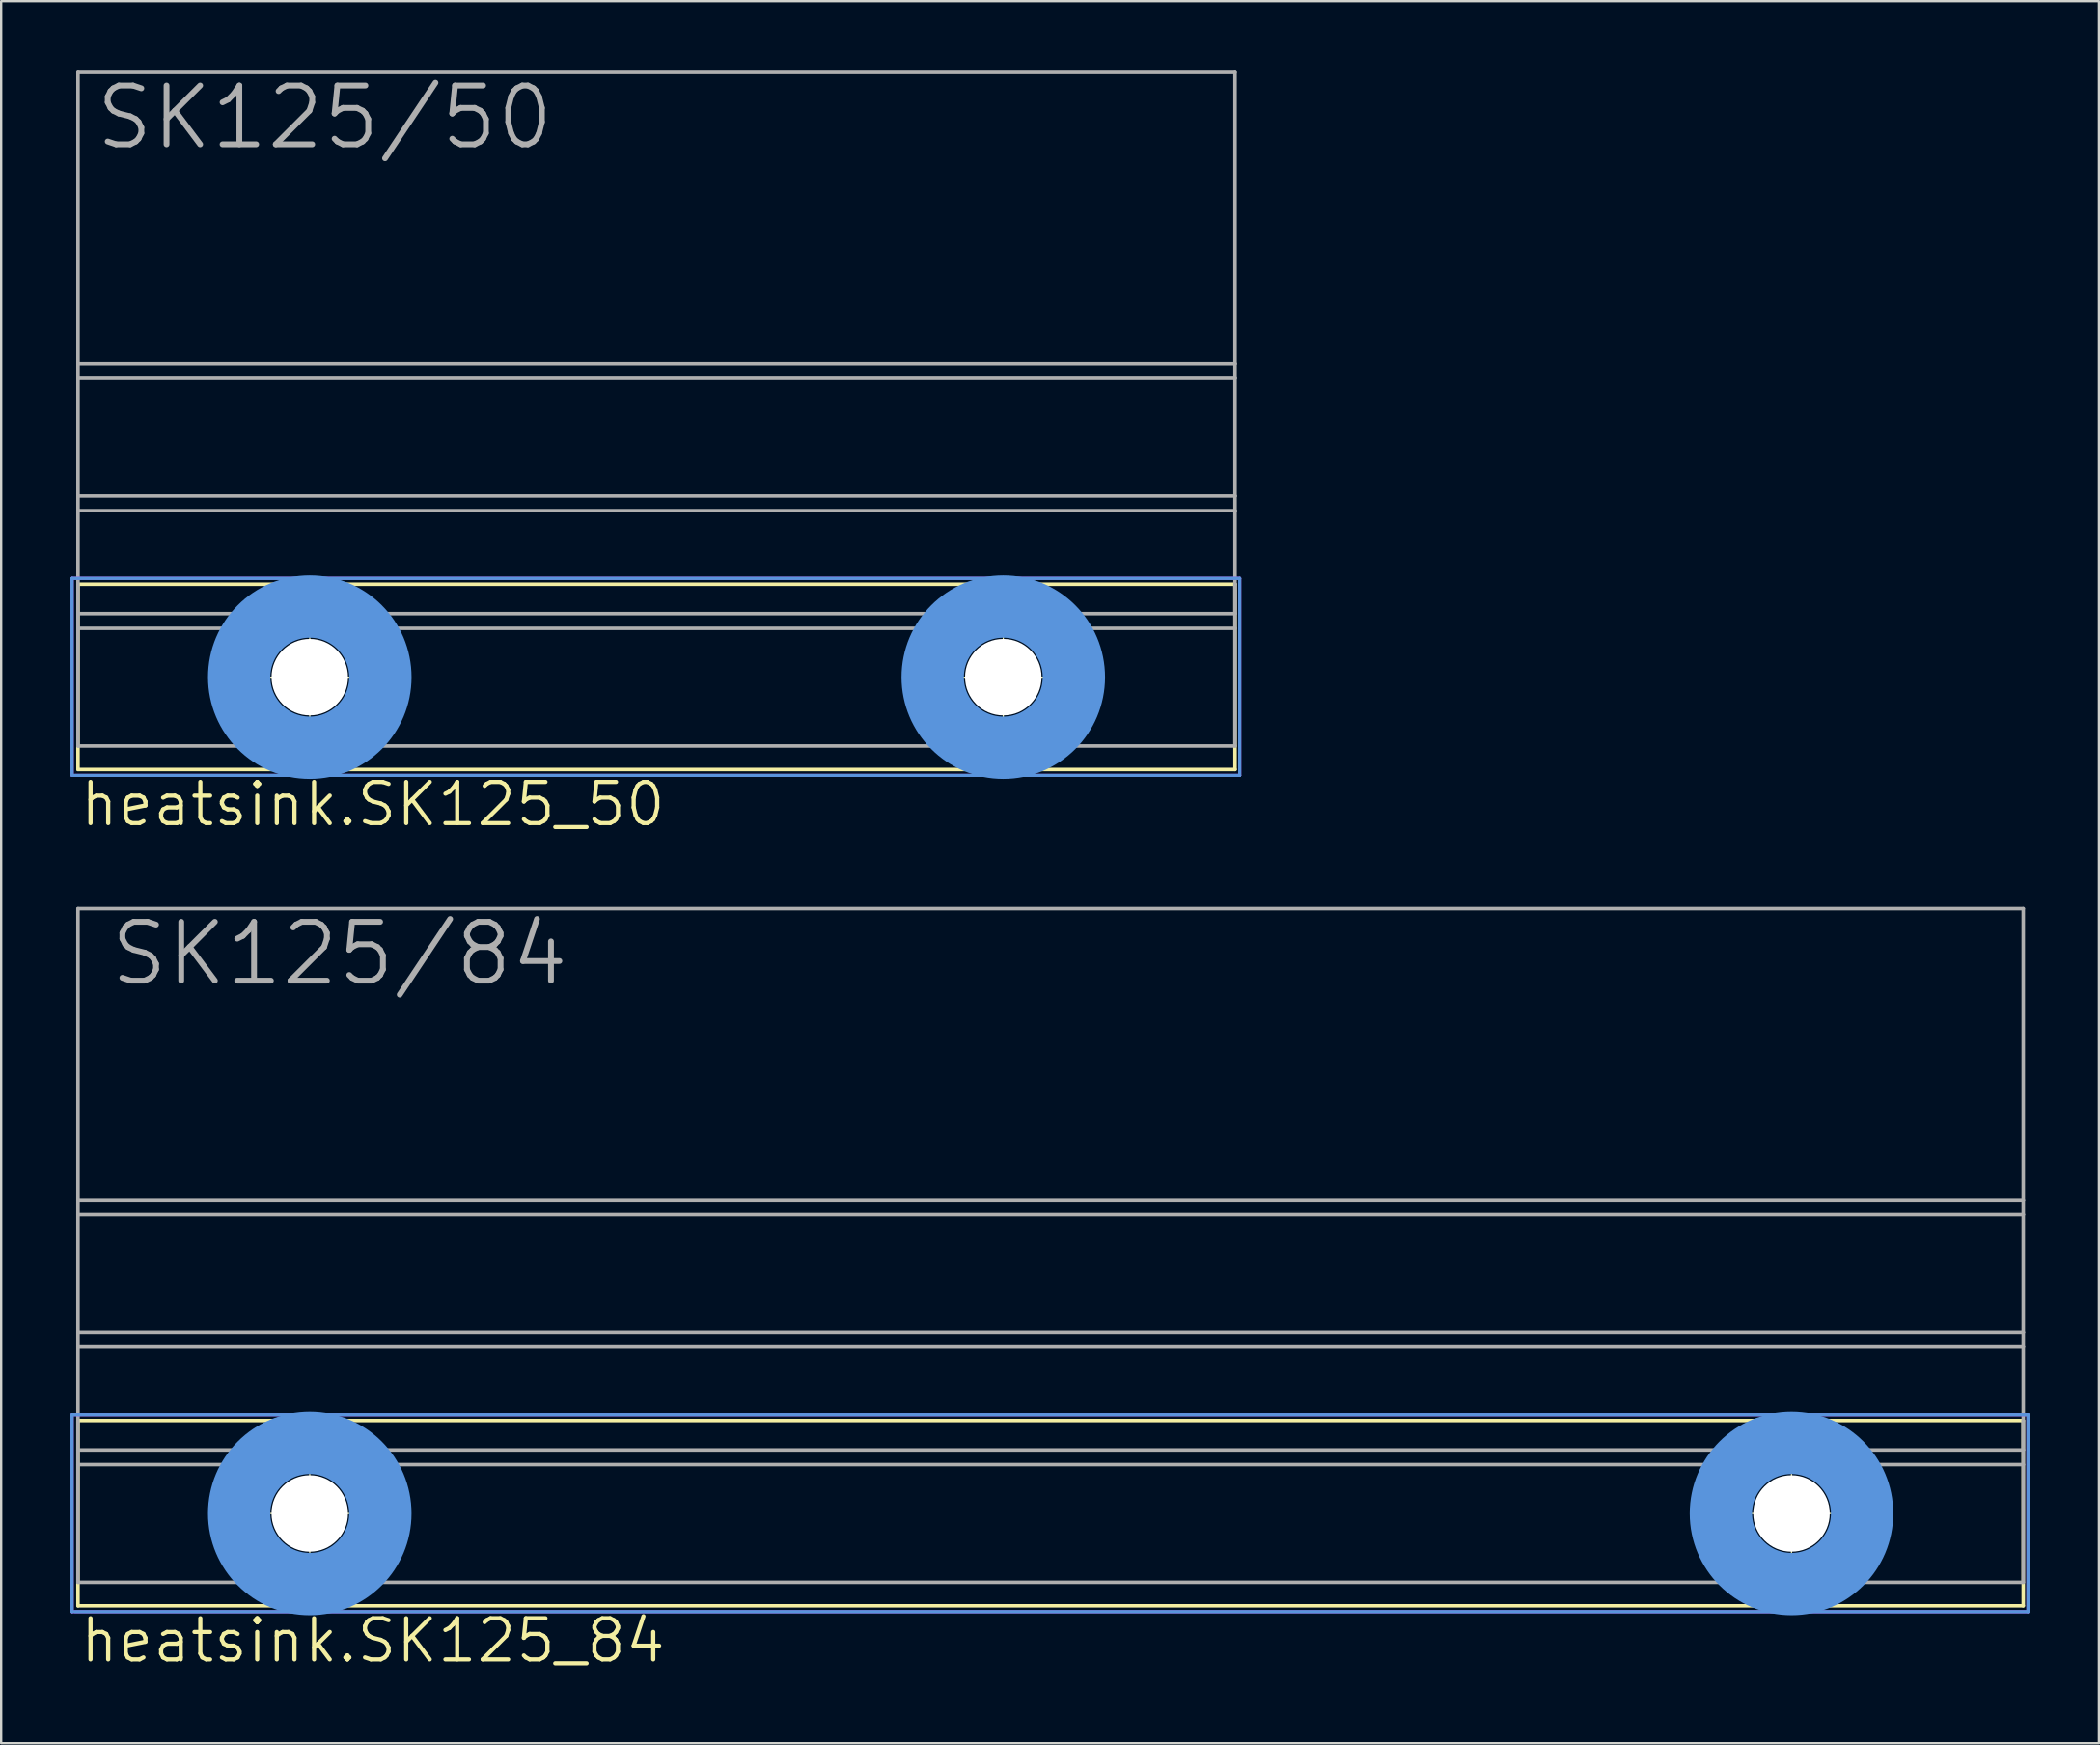
<source format=kicad_pcb>
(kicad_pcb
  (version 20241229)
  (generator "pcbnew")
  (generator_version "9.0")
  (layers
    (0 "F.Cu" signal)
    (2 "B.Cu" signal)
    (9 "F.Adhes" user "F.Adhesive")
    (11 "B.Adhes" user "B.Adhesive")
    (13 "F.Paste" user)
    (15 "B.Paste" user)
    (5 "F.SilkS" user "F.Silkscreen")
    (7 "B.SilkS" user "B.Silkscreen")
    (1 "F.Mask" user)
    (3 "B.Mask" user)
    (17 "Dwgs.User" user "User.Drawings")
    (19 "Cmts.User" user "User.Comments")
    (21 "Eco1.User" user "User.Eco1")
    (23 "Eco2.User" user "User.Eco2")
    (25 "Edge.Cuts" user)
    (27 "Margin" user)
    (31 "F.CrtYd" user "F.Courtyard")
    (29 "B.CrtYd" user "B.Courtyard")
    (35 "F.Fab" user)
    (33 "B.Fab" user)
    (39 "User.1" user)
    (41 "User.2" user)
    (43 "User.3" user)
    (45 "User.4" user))
  (footprint "heatsink.SK125_50"
    (layer "F.Cu")
    (at 25.337 30.175)
    (property "Reference" "heatsink.SK125_50" (at -25.019 2.54 0) (layer "F.SilkS") (effects (font (size 1.778 1.778) (thickness 0.18)) (justify left bottom)))
    (fp_line (start -25.019 -8.001) (end 24.943 -8.001) (stroke (width 0.152) (type default)) (layer "F.SilkS"))
    (fp_line (start -25.019 0) (end -25.019 -8.001) (stroke (width 0.152) (type default)) (layer "F.SilkS"))
    (fp_line (start -15.011 -7.417) (end -15.011 -0.559) (stroke (width 0.051) (type default)) (layer "F.SilkS"))
    (fp_line (start -11.582 -3.988) (end -18.44 -3.988) (stroke (width 0.051) (type default)) (layer "F.SilkS"))
    (fp_line (start 14.935 -7.417) (end 14.935 -0.559) (stroke (width 0.051) (type default)) (layer "F.SilkS"))
    (fp_line (start 18.364 -3.988) (end 11.506 -3.988) (stroke (width 0.051) (type default)) (layer "F.SilkS"))
    (fp_line (start 24.943 0) (end -25.019 0) (stroke (width 0.152) (type default)) (layer "F.SilkS"))
    (fp_line (start 24.943 0) (end 24.943 -8.001) (stroke (width 0.152) (type default)) (layer "F.SilkS"))
    (fp_line (start -25.273 -8.255) (end -25.273 0.254) (stroke (width 0.127) (type default)) (layer "Cmts.User"))
    (fp_line (start -25.273 -8.255) (end -25.273 0.254) (stroke (width 0.127) (type default)) (layer "Cmts.User"))
    (fp_line (start -25.273 -8.255) (end 25.146 -8.255) (stroke (width 0.127) (type default)) (layer "Cmts.User"))
    (fp_line (start -25.273 -8.255) (end 25.146 -8.255) (stroke (width 0.127) (type default)) (layer "Cmts.User"))
    (fp_line (start 25.146 0.254) (end -25.273 0.254) (stroke (width 0.127) (type default)) (layer "Cmts.User"))
    (fp_line (start 25.146 0.254) (end -25.146 0.254) (stroke (width 0.127) (type default)) (layer "Cmts.User"))
    (fp_line (start 25.146 0.254) (end 25.146 -8.255) (stroke (width 0.127) (type default)) (layer "Cmts.User"))
    (fp_line (start 25.146 0.254) (end 25.146 -8.255) (stroke (width 0.127) (type default)) (layer "Cmts.User"))
    (fp_circle (center -15.011 -3.988) (end -11.963 -3.988) (stroke (width 2.692) (type default)) (fill no) (layer "Cmts.User"))
    (fp_circle (center 14.935 -3.988) (end 17.983 -3.988) (stroke (width 2.692) (type default)) (fill no) (layer "Cmts.User"))
    (fp_line (start -25.273 -8.255) (end -25.273 0.254) (stroke (width 0.127) (type default)) (layer "F.CrtYd"))
    (fp_line (start -25.273 -8.255) (end 25.146 -8.255) (stroke (width 0.127) (type default)) (layer "F.CrtYd"))
    (fp_line (start 25.146 0.254) (end -25.273 0.254) (stroke (width 0.127) (type default)) (layer "F.CrtYd"))
    (fp_line (start 25.146 0.254) (end 25.146 -8.255) (stroke (width 0.127) (type default)) (layer "F.CrtYd"))
    (fp_line (start -25.019 -30.099) (end 24.943 -30.099) (stroke (width 0.152) (type default)) (layer "F.Fab"))
    (fp_line (start -25.019 -17.526) (end -25.019 -30.099) (stroke (width 0.152) (type default)) (layer "F.Fab"))
    (fp_line (start -25.019 -17.526) (end 24.943 -17.526) (stroke (width 0.152) (type default)) (layer "F.Fab"))
    (fp_line (start -25.019 -16.891) (end -25.019 -17.526) (stroke (width 0.152) (type default)) (layer "F.Fab"))
    (fp_line (start -25.019 -16.891) (end 24.943 -16.891) (stroke (width 0.152) (type default)) (layer "F.Fab"))
    (fp_line (start -25.019 -11.811) (end -25.019 -16.891) (stroke (width 0.152) (type default)) (layer "F.Fab"))
    (fp_line (start -25.019 -11.811) (end 24.943 -11.811) (stroke (width 0.152) (type default)) (layer "F.Fab"))
    (fp_line (start -25.019 -11.176) (end -25.019 -11.811) (stroke (width 0.152) (type default)) (layer "F.Fab"))
    (fp_line (start -25.019 -11.176) (end 24.943 -11.176) (stroke (width 0.152) (type default)) (layer "F.Fab"))
    (fp_line (start -25.019 -6.731) (end -25.019 -11.176) (stroke (width 0.152) (type default)) (layer "F.Fab"))
    (fp_line (start -25.019 -6.731) (end 24.943 -6.731) (stroke (width 0.152) (type default)) (layer "F.Fab"))
    (fp_line (start -25.019 -6.096) (end -25.019 -6.731) (stroke (width 0.152) (type default)) (layer "F.Fab"))
    (fp_line (start -25.019 -6.096) (end -25.019 -1.016) (stroke (width 0.152) (type default)) (layer "F.Fab"))
    (fp_line (start -25.019 -6.096) (end 24.943 -6.096) (stroke (width 0.152) (type default)) (layer "F.Fab"))
    (fp_line (start -25.019 -1.016) (end 24.943 -1.016) (stroke (width 0.152) (type default)) (layer "F.Fab"))
    (fp_line (start 24.943 -17.526) (end 24.943 -30.099) (stroke (width 0.152) (type default)) (layer "F.Fab"))
    (fp_line (start 24.943 -16.891) (end 24.943 -17.526) (stroke (width 0.152) (type default)) (layer "F.Fab"))
    (fp_line (start 24.943 -11.811) (end 24.943 -16.891) (stroke (width 0.152) (type default)) (layer "F.Fab"))
    (fp_line (start 24.943 -11.176) (end 24.943 -11.811) (stroke (width 0.152) (type default)) (layer "F.Fab"))
    (fp_line (start 24.943 -8.001) (end 24.943 -6.731) (stroke (width 0.152) (type default)) (layer "F.Fab"))
    (fp_line (start 24.943 -6.731) (end 24.943 -11.176) (stroke (width 0.152) (type default)) (layer "F.Fab"))
    (fp_line (start 24.943 -6.731) (end 24.943 -6.096) (stroke (width 0.152) (type default)) (layer "F.Fab"))
    (fp_line (start 24.943 -1.016) (end 24.943 -6.096) (stroke (width 0.152) (type default)) (layer "F.Fab"))
    (fp_text user "SK125/50" (at -24.384 -26.67 0) (layer "F.Fab") (effects (font (size 2.54 2.54) (thickness 0.25)) (justify left bottom)))
    (pad "" np_thru_hole circle (at -15.011 -3.988) (size 3.302 3.302) (drill 3.302) (layers "*.Cu" "*.Mask"))
    (pad "" np_thru_hole circle (at 14.935 -3.988) (size 3.302 3.302) (drill 3.302) (layers "*.Cu" "*.Mask")))
  (footprint "heatsink.SK125_84"
    (layer "F.Cu")
    (at 42.227 66.284)
    (property "Reference" "heatsink.SK125_84" (at -41.91 2.54 0) (layer "F.SilkS") (effects (font (size 1.778 1.778) (thickness 0.18)) (justify left bottom)))
    (fp_line (start -41.91 -8.001) (end 42.088 -8.001) (stroke (width 0.152) (type default)) (layer "F.SilkS"))
    (fp_line (start -41.91 0) (end -41.91 -8.001) (stroke (width 0.152) (type default)) (layer "F.SilkS"))
    (fp_line (start -31.902 -7.417) (end -31.902 -0.559) (stroke (width 0.051) (type default)) (layer "F.SilkS"))
    (fp_line (start -28.473 -3.988) (end -35.331 -3.988) (stroke (width 0.051) (type default)) (layer "F.SilkS"))
    (fp_line (start 32.08 -7.417) (end 32.08 -0.559) (stroke (width 0.051) (type default)) (layer "F.SilkS"))
    (fp_line (start 35.509 -3.988) (end 28.651 -3.988) (stroke (width 0.051) (type default)) (layer "F.SilkS"))
    (fp_line (start 42.088 0) (end -41.91 0) (stroke (width 0.152) (type default)) (layer "F.SilkS"))
    (fp_line (start 42.088 0) (end 42.088 -8.001) (stroke (width 0.152) (type default)) (layer "F.SilkS"))
    (fp_line (start -42.164 -8.255) (end -42.164 0.254) (stroke (width 0.127) (type default)) (layer "Cmts.User"))
    (fp_line (start -42.164 -8.255) (end -42.164 0.254) (stroke (width 0.127) (type default)) (layer "Cmts.User"))
    (fp_line (start -42.164 -8.255) (end 42.291 -8.255) (stroke (width 0.127) (type default)) (layer "Cmts.User"))
    (fp_line (start -42.164 -8.255) (end 42.291 -8.255) (stroke (width 0.127) (type default)) (layer "Cmts.User"))
    (fp_line (start 42.291 0.254) (end -42.164 0.254) (stroke (width 0.127) (type default)) (layer "Cmts.User"))
    (fp_line (start 42.291 0.254) (end -42.037 0.254) (stroke (width 0.127) (type default)) (layer "Cmts.User"))
    (fp_line (start 42.291 0.254) (end 42.291 -8.255) (stroke (width 0.127) (type default)) (layer "Cmts.User"))
    (fp_line (start 42.291 0.254) (end 42.291 -8.255) (stroke (width 0.127) (type default)) (layer "Cmts.User"))
    (fp_circle (center -31.902 -3.988) (end -28.854 -3.988) (stroke (width 2.692) (type default)) (fill no) (layer "Cmts.User"))
    (fp_circle (center 32.08 -3.988) (end 35.128 -3.988) (stroke (width 2.692) (type default)) (fill no) (layer "Cmts.User"))
    (fp_line (start -42.164 -8.255) (end -42.164 0.254) (stroke (width 0.127) (type default)) (layer "F.CrtYd"))
    (fp_line (start -42.164 -8.255) (end 42.291 -8.255) (stroke (width 0.127) (type default)) (layer "F.CrtYd"))
    (fp_line (start 42.291 0.254) (end -42.164 0.254) (stroke (width 0.127) (type default)) (layer "F.CrtYd"))
    (fp_line (start 42.291 0.254) (end 42.291 -8.255) (stroke (width 0.127) (type default)) (layer "F.CrtYd"))
    (fp_line (start -41.91 -30.099) (end 42.088 -30.099) (stroke (width 0.152) (type default)) (layer "F.Fab"))
    (fp_line (start -41.91 -17.526) (end -41.91 -30.099) (stroke (width 0.152) (type default)) (layer "F.Fab"))
    (fp_line (start -41.91 -17.526) (end 42.088 -17.526) (stroke (width 0.152) (type default)) (layer "F.Fab"))
    (fp_line (start -41.91 -16.891) (end -41.91 -17.526) (stroke (width 0.152) (type default)) (layer "F.Fab"))
    (fp_line (start -41.91 -16.891) (end 42.088 -16.891) (stroke (width 0.152) (type default)) (layer "F.Fab"))
    (fp_line (start -41.91 -11.811) (end -41.91 -16.891) (stroke (width 0.152) (type default)) (layer "F.Fab"))
    (fp_line (start -41.91 -11.811) (end 42.088 -11.811) (stroke (width 0.152) (type default)) (layer "F.Fab"))
    (fp_line (start -41.91 -11.176) (end -41.91 -11.811) (stroke (width 0.152) (type default)) (layer "F.Fab"))
    (fp_line (start -41.91 -11.176) (end 42.088 -11.176) (stroke (width 0.152) (type default)) (layer "F.Fab"))
    (fp_line (start -41.91 -6.731) (end -41.91 -11.176) (stroke (width 0.152) (type default)) (layer "F.Fab"))
    (fp_line (start -41.91 -6.731) (end 42.088 -6.731) (stroke (width 0.152) (type default)) (layer "F.Fab"))
    (fp_line (start -41.91 -6.096) (end -41.91 -6.731) (stroke (width 0.152) (type default)) (layer "F.Fab"))
    (fp_line (start -41.91 -6.096) (end -41.91 -1.016) (stroke (width 0.152) (type default)) (layer "F.Fab"))
    (fp_line (start -41.91 -6.096) (end 42.088 -6.096) (stroke (width 0.152) (type default)) (layer "F.Fab"))
    (fp_line (start -41.91 -1.016) (end 42.088 -1.016) (stroke (width 0.152) (type default)) (layer "F.Fab"))
    (fp_line (start 42.088 -17.526) (end 42.088 -30.099) (stroke (width 0.152) (type default)) (layer "F.Fab"))
    (fp_line (start 42.088 -16.891) (end 42.088 -17.526) (stroke (width 0.152) (type default)) (layer "F.Fab"))
    (fp_line (start 42.088 -11.811) (end 42.088 -16.891) (stroke (width 0.152) (type default)) (layer "F.Fab"))
    (fp_line (start 42.088 -11.176) (end 42.088 -11.811) (stroke (width 0.152) (type default)) (layer "F.Fab"))
    (fp_line (start 42.088 -8.001) (end 42.088 -6.731) (stroke (width 0.152) (type default)) (layer "F.Fab"))
    (fp_line (start 42.088 -6.731) (end 42.088 -11.176) (stroke (width 0.152) (type default)) (layer "F.Fab"))
    (fp_line (start 42.088 -6.731) (end 42.088 -6.096) (stroke (width 0.152) (type default)) (layer "F.Fab"))
    (fp_line (start 42.088 -1.016) (end 42.088 -6.096) (stroke (width 0.152) (type default)) (layer "F.Fab"))
    (fp_text user "SK125/84" (at -40.64 -26.67 0) (layer "F.Fab") (effects (font (size 2.54 2.54) (thickness 0.25)) (justify left bottom)))
    (pad "" np_thru_hole circle (at -31.902 -3.988) (size 3.302 3.302) (drill 3.302) (layers "*.Cu" "*.Mask"))
    (pad "" np_thru_hole circle (at 32.08 -3.988) (size 3.302 3.302) (drill 3.302) (layers "*.Cu" "*.Mask")))
  (gr_rect
    (start -3 -3)
    (end 87.582 72.219)
    (stroke (width 0.1) (type default))
    (fill no)
    (layer "Edge.Cuts")))
</source>
